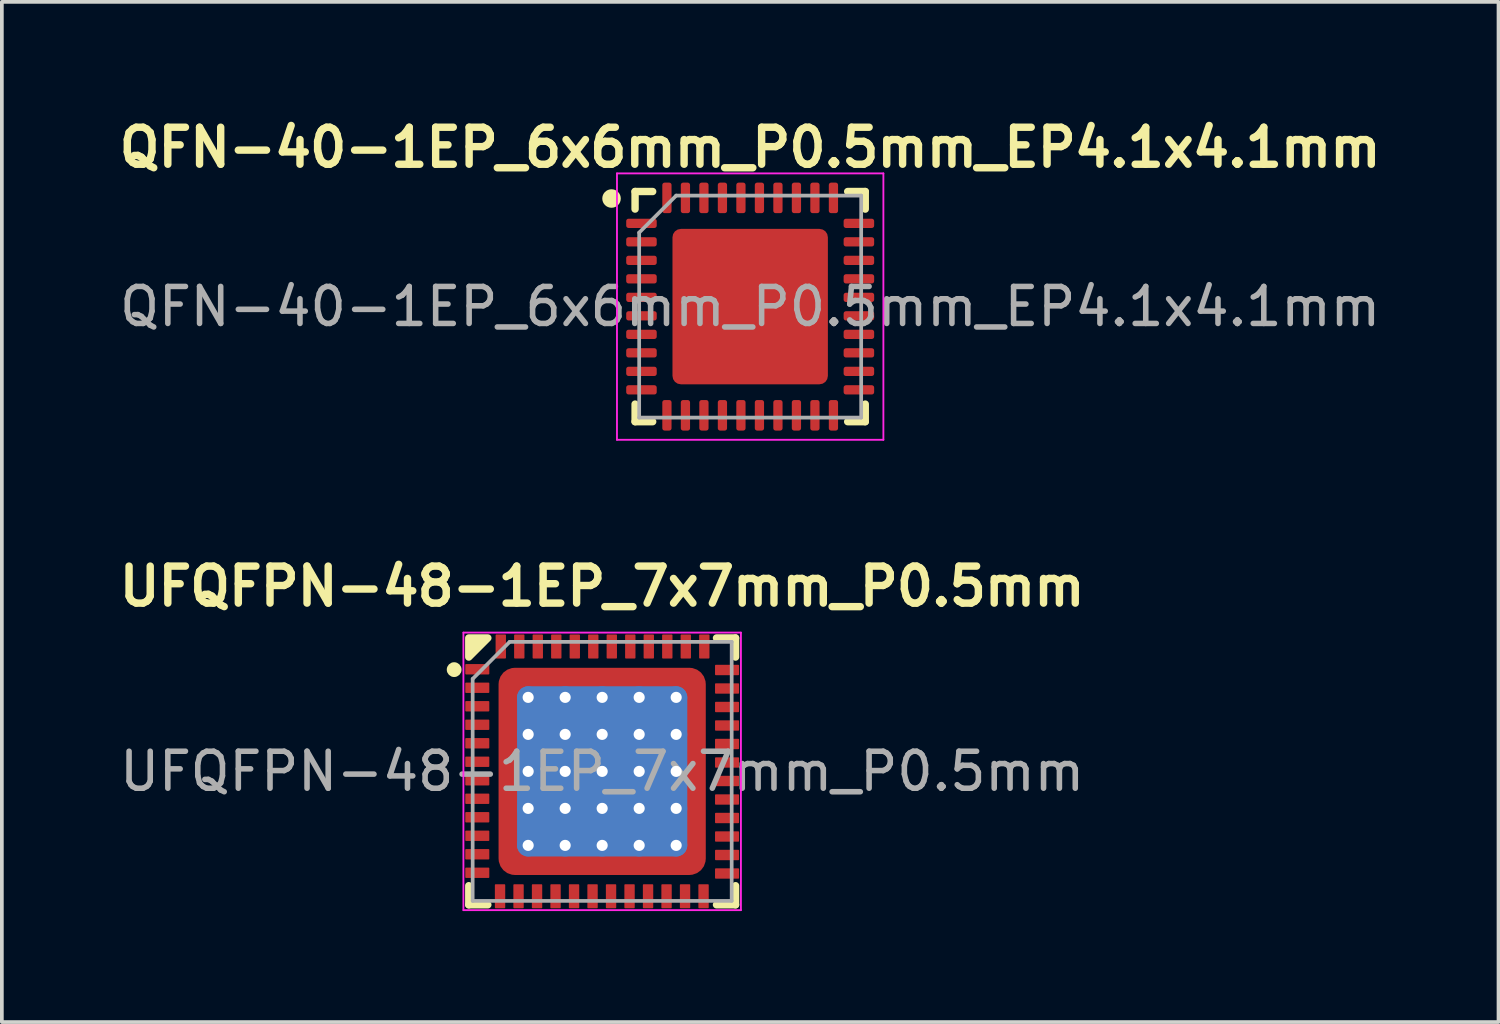
<source format=kicad_pcb>
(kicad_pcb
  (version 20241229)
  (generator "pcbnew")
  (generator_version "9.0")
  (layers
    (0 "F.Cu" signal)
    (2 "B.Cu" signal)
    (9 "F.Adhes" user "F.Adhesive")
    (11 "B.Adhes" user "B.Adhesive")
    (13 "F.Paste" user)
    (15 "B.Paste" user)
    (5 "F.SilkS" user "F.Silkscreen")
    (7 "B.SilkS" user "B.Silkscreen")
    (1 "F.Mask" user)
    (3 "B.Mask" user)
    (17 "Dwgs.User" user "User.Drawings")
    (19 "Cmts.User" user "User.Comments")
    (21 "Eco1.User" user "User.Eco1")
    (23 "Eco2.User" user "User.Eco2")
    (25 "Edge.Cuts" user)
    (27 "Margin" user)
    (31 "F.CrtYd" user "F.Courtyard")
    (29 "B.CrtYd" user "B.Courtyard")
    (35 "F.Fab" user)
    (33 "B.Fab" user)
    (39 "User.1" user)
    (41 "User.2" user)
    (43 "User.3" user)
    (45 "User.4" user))
  (footprint "UFQFPN-48-1EP_7x7mm_P0.5mm"
    (layer "F.Cu")
    (at 13.224 17.797)
    (property "Reference" "UFQFPN-48-1EP_7x7mm_P0.5mm" (at 0 -5 0) (layer "F.SilkS") (effects (font (size 1 1) (thickness 0.2))))
    (attr smd)
    (fp_line (start -3.605 3.09) (end -3.605 3.605) (stroke (width 0.2) (type solid)) (layer "F.SilkS"))
    (fp_line (start -3.605 3.605) (end -3.09 3.605) (stroke (width 0.2) (type solid)) (layer "F.SilkS"))
    (fp_line (start 3.09 -3.605) (end 3.605 -3.605) (stroke (width 0.2) (type solid)) (layer "F.SilkS"))
    (fp_line (start 3.09 3.605) (end 3.605 3.605) (stroke (width 0.2) (type solid)) (layer "F.SilkS"))
    (fp_line (start 3.605 -3.605) (end 3.605 -3.09) (stroke (width 0.2) (type solid)) (layer "F.SilkS"))
    (fp_line (start 3.605 3.605) (end 3.605 3.09) (stroke (width 0.2) (type solid)) (layer "F.SilkS"))
    (fp_circle (center -4 -2.75) (end -3.9 -2.75) (stroke (width 0.2) (type solid)) (fill no) (layer "F.SilkS"))
    (fp_poly (pts (xy -3.605 -3.09) (xy -3.605 -3.605) (xy -3.09 -3.605)) (stroke (width 0.2) (type solid)) (fill yes) (layer "F.SilkS"))
    (fp_line (start -3.75 -3.75) (end 3.75 -3.75) (stroke (width 0.05) (type solid)) (layer "F.CrtYd"))
    (fp_line (start -3.75 3.75) (end -3.75 -3.75) (stroke (width 0.05) (type solid)) (layer "F.CrtYd"))
    (fp_line (start 3.75 -3.75) (end 3.75 3.75) (stroke (width 0.05) (type solid)) (layer "F.CrtYd"))
    (fp_line (start 3.75 3.75) (end -3.75 3.75) (stroke (width 0.05) (type solid)) (layer "F.CrtYd"))
    (fp_line (start -3.5 -2.5) (end -2.5 -3.5) (stroke (width 0.1) (type solid)) (layer "F.Fab"))
    (fp_line (start -3.5 3.5) (end -3.5 -2.5) (stroke (width 0.1) (type solid)) (layer "F.Fab"))
    (fp_line (start -2.5 -3.5) (end 3.5 -3.5) (stroke (width 0.1) (type solid)) (layer "F.Fab"))
    (fp_line (start 3.5 -3.5) (end 3.5 3.5) (stroke (width 0.1) (type solid)) (layer "F.Fab"))
    (fp_line (start 3.5 3.5) (end -3.5 3.5) (stroke (width 0.1) (type solid)) (layer "F.Fab"))
    (fp_text user "${REFERENCE}" (at 0 0 0) (layer "F.Fab") (effects (font (size 1 1) (thickness 0.15))))
    (pad "" smd roundrect (at -1.4 -1.4) (size 2 2) (layers "F.Paste") (roundrect_rratio 0.1))
    (pad "" smd roundrect (at -1.4 1.4) (size 2 2) (layers "F.Paste") (roundrect_rratio 0.1))
    (pad "" smd roundrect (at 1.4 -1.4) (size 2 2) (layers "F.Paste") (roundrect_rratio 0.1))
    (pad "" smd roundrect (at 1.4 1.4) (size 2 2) (layers "F.Paste") (roundrect_rratio 0.1))
    (pad "1" smd roundrect (at -3.375 -2.76) (size 0.65 0.28) (layers "F.Cu" "F.Mask" "F.Paste") (roundrect_rratio 0.079))
    (pad "2" smd roundrect (at -3.375 -2.26) (size 0.65 0.28) (layers "F.Cu" "F.Mask" "F.Paste") (roundrect_rratio 0.079))
    (pad "3" smd roundrect (at -3.375 -1.76) (size 0.65 0.28) (layers "F.Cu" "F.Mask" "F.Paste") (roundrect_rratio 0.079))
    (pad "4" smd roundrect (at -3.375 -1.26) (size 0.65 0.28) (layers "F.Cu" "F.Mask" "F.Paste") (roundrect_rratio 0.079))
    (pad "5" smd roundrect (at -3.375 -0.76) (size 0.65 0.28) (layers "F.Cu" "F.Mask" "F.Paste") (roundrect_rratio 0.079))
    (pad "6" smd roundrect (at -3.375 -0.26) (size 0.65 0.28) (layers "F.Cu" "F.Mask" "F.Paste") (roundrect_rratio 0.079))
    (pad "7" smd roundrect (at -3.375 0.24) (size 0.65 0.28) (layers "F.Cu" "F.Mask" "F.Paste") (roundrect_rratio 0.079))
    (pad "8" smd roundrect (at -3.375 0.74) (size 0.65 0.28) (layers "F.Cu" "F.Mask" "F.Paste") (roundrect_rratio 0.079))
    (pad "9" smd roundrect (at -3.375 1.24) (size 0.65 0.28) (layers "F.Cu" "F.Mask" "F.Paste") (roundrect_rratio 0.079))
    (pad "10" smd roundrect (at -3.375 1.74) (size 0.65 0.28) (layers "F.Cu" "F.Mask" "F.Paste") (roundrect_rratio 0.079))
    (pad "11" smd roundrect (at -3.375 2.24) (size 0.65 0.28) (layers "F.Cu" "F.Mask" "F.Paste") (roundrect_rratio 0.079))
    (pad "12" smd roundrect (at -3.375 2.74) (size 0.65 0.28) (layers "F.Cu" "F.Mask" "F.Paste") (roundrect_rratio 0.079))
    (pad "13" smd roundrect (at -2.76 3.375 90) (size 0.65 0.28) (layers "F.Cu" "F.Mask" "F.Paste") (roundrect_rratio 0.079))
    (pad "14" smd roundrect (at -2.26 3.375 270) (size 0.65 0.28) (layers "F.Cu" "F.Mask" "F.Paste") (roundrect_rratio 0.079))
    (pad "15" smd roundrect (at -1.76 3.375 270) (size 0.65 0.28) (layers "F.Cu" "F.Mask" "F.Paste") (roundrect_rratio 0.079))
    (pad "16" smd roundrect (at -1.26 3.375 270) (size 0.65 0.28) (layers "F.Cu" "F.Mask" "F.Paste") (roundrect_rratio 0.079))
    (pad "17" smd roundrect (at -0.76 3.375 270) (size 0.65 0.28) (layers "F.Cu" "F.Mask" "F.Paste") (roundrect_rratio 0.079))
    (pad "18" smd roundrect (at -0.26 3.375 270) (size 0.65 0.28) (layers "F.Cu" "F.Mask" "F.Paste") (roundrect_rratio 0.079))
    (pad "19" smd roundrect (at 0.24 3.375 270) (size 0.65 0.28) (layers "F.Cu" "F.Mask" "F.Paste") (roundrect_rratio 0.079))
    (pad "20" smd roundrect (at 0.74 3.375 270) (size 0.65 0.28) (layers "F.Cu" "F.Mask" "F.Paste") (roundrect_rratio 0.079))
    (pad "21" smd roundrect (at 1.24 3.375 270) (size 0.65 0.28) (layers "F.Cu" "F.Mask" "F.Paste") (roundrect_rratio 0.079))
    (pad "22" smd roundrect (at 1.74 3.375 270) (size 0.65 0.28) (layers "F.Cu" "F.Mask" "F.Paste") (roundrect_rratio 0.079))
    (pad "23" smd roundrect (at 2.24 3.375 270) (size 0.65 0.28) (layers "F.Cu" "F.Mask" "F.Paste") (roundrect_rratio 0.079))
    (pad "24" smd roundrect (at 2.74 3.375 270) (size 0.65 0.28) (layers "F.Cu" "F.Mask" "F.Paste") (roundrect_rratio 0.079))
    (pad "25" smd roundrect (at 3.375 2.76 180) (size 0.65 0.28) (layers "F.Cu" "F.Mask" "F.Paste") (roundrect_rratio 0.079))
    (pad "26" smd roundrect (at 3.375 2.26) (size 0.65 0.28) (layers "F.Cu" "F.Mask" "F.Paste") (roundrect_rratio 0.079))
    (pad "27" smd roundrect (at 3.375 1.76) (size 0.65 0.28) (layers "F.Cu" "F.Mask" "F.Paste") (roundrect_rratio 0.079))
    (pad "28" smd roundrect (at 3.375 1.26) (size 0.65 0.28) (layers "F.Cu" "F.Mask" "F.Paste") (roundrect_rratio 0.079))
    (pad "29" smd roundrect (at 3.375 0.76) (size 0.65 0.28) (layers "F.Cu" "F.Mask" "F.Paste") (roundrect_rratio 0.079))
    (pad "30" smd roundrect (at 3.375 0.26) (size 0.65 0.28) (layers "F.Cu" "F.Mask" "F.Paste") (roundrect_rratio 0.079))
    (pad "31" smd roundrect (at 3.375 -0.24) (size 0.65 0.28) (layers "F.Cu" "F.Mask" "F.Paste") (roundrect_rratio 0.079))
    (pad "32" smd roundrect (at 3.375 -0.74) (size 0.65 0.28) (layers "F.Cu" "F.Mask" "F.Paste") (roundrect_rratio 0.079))
    (pad "33" smd roundrect (at 3.375 -1.24) (size 0.65 0.28) (layers "F.Cu" "F.Mask" "F.Paste") (roundrect_rratio 0.079))
    (pad "34" smd roundrect (at 3.375 -1.74) (size 0.65 0.28) (layers "F.Cu" "F.Mask" "F.Paste") (roundrect_rratio 0.079))
    (pad "35" smd roundrect (at 3.375 -2.24) (size 0.65 0.28) (layers "F.Cu" "F.Mask" "F.Paste") (roundrect_rratio 0.079))
    (pad "36" smd roundrect (at 3.375 -2.74) (size 0.65 0.28) (layers "F.Cu" "F.Mask" "F.Paste") (roundrect_rratio 0.079))
    (pad "37" smd roundrect (at 2.76 -3.375 90) (size 0.65 0.28) (layers "F.Cu" "F.Mask" "F.Paste") (roundrect_rratio 0.079))
    (pad "38" smd roundrect (at 2.26 -3.375 270) (size 0.65 0.28) (layers "F.Cu" "F.Mask" "F.Paste") (roundrect_rratio 0.079))
    (pad "39" smd roundrect (at 1.76 -3.375 270) (size 0.65 0.28) (layers "F.Cu" "F.Mask" "F.Paste") (roundrect_rratio 0.079))
    (pad "40" smd roundrect (at 1.26 -3.375 270) (size 0.65 0.28) (layers "F.Cu" "F.Mask" "F.Paste") (roundrect_rratio 0.079))
    (pad "41" smd roundrect (at 0.76 -3.375 270) (size 0.65 0.28) (layers "F.Cu" "F.Mask" "F.Paste") (roundrect_rratio 0.079))
    (pad "42" smd roundrect (at 0.26 -3.375 270) (size 0.65 0.28) (layers "F.Cu" "F.Mask" "F.Paste") (roundrect_rratio 0.079))
    (pad "43" smd roundrect (at -0.24 -3.375 270) (size 0.65 0.28) (layers "F.Cu" "F.Mask" "F.Paste") (roundrect_rratio 0.079))
    (pad "44" smd roundrect (at -0.74 -3.375 270) (size 0.65 0.28) (layers "F.Cu" "F.Mask" "F.Paste") (roundrect_rratio 0.079))
    (pad "45" smd roundrect (at -1.24 -3.375 270) (size 0.65 0.28) (layers "F.Cu" "F.Mask" "F.Paste") (roundrect_rratio 0.079))
    (pad "46" smd roundrect (at -1.74 -3.375 270) (size 0.65 0.28) (layers "F.Cu" "F.Mask" "F.Paste") (roundrect_rratio 0.079))
    (pad "47" smd roundrect (at -2.24 -3.375 270) (size 0.65 0.28) (layers "F.Cu" "F.Mask" "F.Paste") (roundrect_rratio 0.079))
    (pad "48" smd roundrect (at -2.74 -3.375 270) (size 0.65 0.28) (layers "F.Cu" "F.Mask" "F.Paste") (roundrect_rratio 0.079))
    (pad "49" thru_hole circle (at -2 -2) (size 0.6 0.6) (drill 0.3) (layers "*.Cu"))
    (pad "49" thru_hole circle (at -2 -1) (size 0.6 0.6) (drill 0.3) (layers "*.Cu"))
    (pad "49" thru_hole circle (at -2 0) (size 0.6 0.6) (drill 0.3) (layers "*.Cu"))
    (pad "49" thru_hole circle (at -2 1) (size 0.6 0.6) (drill 0.3) (layers "*.Cu"))
    (pad "49" thru_hole circle (at -2 2) (size 0.6 0.6) (drill 0.3) (layers "*.Cu"))
    (pad "49" thru_hole circle (at -1 -2) (size 0.6 0.6) (drill 0.3) (layers "*.Cu"))
    (pad "49" thru_hole circle (at -1 -1) (size 0.6 0.6) (drill 0.3) (layers "*.Cu"))
    (pad "49" thru_hole circle (at -1 0) (size 0.6 0.6) (drill 0.3) (layers "*.Cu"))
    (pad "49" thru_hole circle (at -1 1) (size 0.6 0.6) (drill 0.3) (layers "*.Cu"))
    (pad "49" thru_hole circle (at -1 2) (size 0.6 0.6) (drill 0.3) (layers "*.Cu"))
    (pad "49" thru_hole circle (at 0 -2) (size 0.6 0.6) (drill 0.3) (layers "*.Cu"))
    (pad "49" thru_hole circle (at 0 -1) (size 0.6 0.6) (drill 0.3) (layers "*.Cu"))
    (pad "49" thru_hole circle (at 0 0) (size 0.6 0.6) (drill 0.3) (layers "*.Cu"))
    (pad "49" smd roundrect (at 0 0) (size 4.6 4.6) (layers "B.Cu") (roundrect_rratio 0.065))
    (pad "49" smd roundrect (at 0 0) (size 5.6 5.6) (layers "F.Cu" "F.Mask") (roundrect_rratio 0.079))
    (pad "49" thru_hole circle (at 0 1) (size 0.6 0.6) (drill 0.3) (layers "*.Cu"))
    (pad "49" thru_hole circle (at 0 2) (size 0.6 0.6) (drill 0.3) (layers "*.Cu"))
    (pad "49" thru_hole circle (at 1 -2) (size 0.6 0.6) (drill 0.3) (layers "*.Cu"))
    (pad "49" thru_hole circle (at 1 -1) (size 0.6 0.6) (drill 0.3) (layers "*.Cu"))
    (pad "49" thru_hole circle (at 1 0) (size 0.6 0.6) (drill 0.3) (layers "*.Cu"))
    (pad "49" thru_hole circle (at 1 1) (size 0.6 0.6) (drill 0.3) (layers "*.Cu"))
    (pad "49" thru_hole circle (at 1 2) (size 0.6 0.6) (drill 0.3) (layers "*.Cu"))
    (pad "49" thru_hole circle (at 2 -2) (size 0.6 0.6) (drill 0.3) (layers "*.Cu"))
    (pad "49" thru_hole circle (at 2 -1) (size 0.6 0.6) (drill 0.3) (layers "*.Cu"))
    (pad "49" thru_hole circle (at 2 0) (size 0.6 0.6) (drill 0.3) (layers "*.Cu"))
    (pad "49" thru_hole circle (at 2 1) (size 0.6 0.6) (drill 0.3) (layers "*.Cu"))
    (pad "49" thru_hole circle (at 2 2) (size 0.6 0.6) (drill 0.3) (layers "*.Cu")))
  (footprint "QFN-40-1EP_6x6mm_P0.5mm_EP4.1x4.1mm"
    (layer "F.Cu")
    (at 17.224 5.236)
    (property "Reference" "QFN-40-1EP_6x6mm_P0.5mm_EP4.1x4.1mm" (at 0 -4.3 0) (layer "F.SilkS") (effects (font (size 1 1) (thickness 0.2))))
    (attr smd)
    (fp_line (start -3.111 -2.636) (end -3.111 -3.111) (stroke (width 0.2) (type solid)) (layer "F.SilkS"))
    (fp_line (start -3.11 3.11) (end -3.11 2.635) (stroke (width 0.2) (type solid)) (layer "F.SilkS"))
    (fp_line (start -2.635 -3.11) (end -3.11 -3.11) (stroke (width 0.2) (type solid)) (layer "F.SilkS"))
    (fp_line (start -2.635 3.11) (end -3.11 3.11) (stroke (width 0.2) (type solid)) (layer "F.SilkS"))
    (fp_line (start 2.635 -3.11) (end 3.11 -3.11) (stroke (width 0.2) (type solid)) (layer "F.SilkS"))
    (fp_line (start 2.635 3.11) (end 3.11 3.11) (stroke (width 0.2) (type solid)) (layer "F.SilkS"))
    (fp_line (start 3.11 -3.11) (end 3.11 -2.635) (stroke (width 0.2) (type solid)) (layer "F.SilkS"))
    (fp_line (start 3.11 3.11) (end 3.11 2.635) (stroke (width 0.2) (type solid)) (layer "F.SilkS"))
    (fp_circle (center -3.747 -2.921) (end -3.622 -2.921) (stroke (width 0.25) (type solid)) (fill no) (layer "F.SilkS"))
    (fp_line (start -3.6 -3.6) (end -3.6 3.6) (stroke (width 0.05) (type solid)) (layer "F.CrtYd"))
    (fp_line (start -3.6 3.6) (end 3.6 3.6) (stroke (width 0.05) (type solid)) (layer "F.CrtYd"))
    (fp_line (start 3.6 -3.6) (end -3.6 -3.6) (stroke (width 0.05) (type solid)) (layer "F.CrtYd"))
    (fp_line (start 3.6 3.6) (end 3.6 -3.6) (stroke (width 0.05) (type solid)) (layer "F.CrtYd"))
    (fp_line (start -3 -2) (end -2 -3) (stroke (width 0.1) (type solid)) (layer "F.Fab"))
    (fp_line (start -3 3) (end -3 -2) (stroke (width 0.1) (type solid)) (layer "F.Fab"))
    (fp_line (start -2 -3) (end 3 -3) (stroke (width 0.1) (type solid)) (layer "F.Fab"))
    (fp_line (start 3 -3) (end 3 3) (stroke (width 0.1) (type solid)) (layer "F.Fab"))
    (fp_line (start 3 3) (end -3 3) (stroke (width 0.1) (type solid)) (layer "F.Fab"))
    (fp_text user "${REFERENCE}" (at 0 0 0) (layer "F.Fab") (effects (font (size 1 1) (thickness 0.15))))
    (pad "" smd roundrect (at -1.651 -1.651) (size 0.85 0.85) (layers "F.Paste") (roundrect_rratio 0.25))
    (pad "" smd roundrect (at -1.651 -0.572) (size 0.85 0.85) (layers "F.Paste") (roundrect_rratio 0.25))
    (pad "" smd roundrect (at -1.651 0.572) (size 0.85 0.85) (layers "F.Paste") (roundrect_rratio 0.25))
    (pad "" smd roundrect (at -1.651 1.651) (size 0.85 0.85) (layers "F.Paste") (roundrect_rratio 0.25))
    (pad "" smd roundrect (at -0.572 -1.651) (size 0.85 0.85) (layers "F.Paste") (roundrect_rratio 0.25))
    (pad "" smd roundrect (at -0.572 -0.572) (size 0.85 0.85) (layers "F.Paste") (roundrect_rratio 0.25))
    (pad "" smd roundrect (at -0.572 0.572) (size 0.85 0.85) (layers "F.Paste") (roundrect_rratio 0.25))
    (pad "" smd roundrect (at -0.572 1.651) (size 0.85 0.85) (layers "F.Paste") (roundrect_rratio 0.25))
    (pad "" smd roundrect (at 0.572 -1.651) (size 0.85 0.85) (layers "F.Paste") (roundrect_rratio 0.25))
    (pad "" smd roundrect (at 0.572 -0.572) (size 0.85 0.85) (layers "F.Paste") (roundrect_rratio 0.25))
    (pad "" smd roundrect (at 0.572 0.572) (size 0.85 0.85) (layers "F.Paste") (roundrect_rratio 0.25))
    (pad "" smd roundrect (at 0.572 1.651) (size 0.85 0.85) (layers "F.Paste") (roundrect_rratio 0.25))
    (pad "" smd roundrect (at 1.651 -1.651) (size 0.85 0.85) (layers "F.Paste") (roundrect_rratio 0.25))
    (pad "" smd roundrect (at 1.651 -0.572) (size 0.85 0.85) (layers "F.Paste") (roundrect_rratio 0.25))
    (pad "" smd roundrect (at 1.651 0.572) (size 0.85 0.85) (layers "F.Paste") (roundrect_rratio 0.25))
    (pad "" smd roundrect (at 1.651 1.651) (size 0.85 0.85) (layers "F.Paste") (roundrect_rratio 0.25))
    (pad "1" smd roundrect (at -2.938 -2.25) (size 0.825 0.25) (layers "F.Cu" "F.Mask" "F.Paste") (roundrect_rratio 0.25))
    (pad "2" smd roundrect (at -2.938 -1.75) (size 0.825 0.25) (layers "F.Cu" "F.Mask" "F.Paste") (roundrect_rratio 0.25))
    (pad "3" smd roundrect (at -2.938 -1.25) (size 0.825 0.25) (layers "F.Cu" "F.Mask" "F.Paste") (roundrect_rratio 0.25))
    (pad "4" smd roundrect (at -2.938 -0.75) (size 0.825 0.25) (layers "F.Cu" "F.Mask" "F.Paste") (roundrect_rratio 0.25))
    (pad "5" smd roundrect (at -2.938 -0.25) (size 0.825 0.25) (layers "F.Cu" "F.Mask" "F.Paste") (roundrect_rratio 0.25))
    (pad "6" smd roundrect (at -2.938 0.25) (size 0.825 0.25) (layers "F.Cu" "F.Mask" "F.Paste") (roundrect_rratio 0.25))
    (pad "7" smd roundrect (at -2.938 0.75) (size 0.825 0.25) (layers "F.Cu" "F.Mask" "F.Paste") (roundrect_rratio 0.25))
    (pad "8" smd roundrect (at -2.938 1.25) (size 0.825 0.25) (layers "F.Cu" "F.Mask" "F.Paste") (roundrect_rratio 0.25))
    (pad "9" smd roundrect (at -2.938 1.75) (size 0.825 0.25) (layers "F.Cu" "F.Mask" "F.Paste") (roundrect_rratio 0.25))
    (pad "10" smd roundrect (at -2.938 2.25) (size 0.825 0.25) (layers "F.Cu" "F.Mask" "F.Paste") (roundrect_rratio 0.25))
    (pad "11" smd roundrect (at -2.25 2.938) (size 0.25 0.825) (layers "F.Cu" "F.Mask" "F.Paste") (roundrect_rratio 0.25))
    (pad "12" smd roundrect (at -1.75 2.938) (size 0.25 0.825) (layers "F.Cu" "F.Mask" "F.Paste") (roundrect_rratio 0.25))
    (pad "13" smd roundrect (at -1.25 2.938) (size 0.25 0.825) (layers "F.Cu" "F.Mask" "F.Paste") (roundrect_rratio 0.25))
    (pad "14" smd roundrect (at -0.75 2.938) (size 0.25 0.825) (layers "F.Cu" "F.Mask" "F.Paste") (roundrect_rratio 0.25))
    (pad "15" smd roundrect (at -0.25 2.938) (size 0.25 0.825) (layers "F.Cu" "F.Mask" "F.Paste") (roundrect_rratio 0.25))
    (pad "16" smd roundrect (at 0.25 2.938) (size 0.25 0.825) (layers "F.Cu" "F.Mask" "F.Paste") (roundrect_rratio 0.25))
    (pad "17" smd roundrect (at 0.75 2.938) (size 0.25 0.825) (layers "F.Cu" "F.Mask" "F.Paste") (roundrect_rratio 0.25))
    (pad "18" smd roundrect (at 1.25 2.938) (size 0.25 0.825) (layers "F.Cu" "F.Mask" "F.Paste") (roundrect_rratio 0.25))
    (pad "19" smd roundrect (at 1.75 2.938) (size 0.25 0.825) (layers "F.Cu" "F.Mask" "F.Paste") (roundrect_rratio 0.25))
    (pad "20" smd roundrect (at 2.25 2.938) (size 0.25 0.825) (layers "F.Cu" "F.Mask" "F.Paste") (roundrect_rratio 0.25))
    (pad "21" smd roundrect (at 2.938 2.25) (size 0.825 0.25) (layers "F.Cu" "F.Mask" "F.Paste") (roundrect_rratio 0.25))
    (pad "22" smd roundrect (at 2.938 1.75) (size 0.825 0.25) (layers "F.Cu" "F.Mask" "F.Paste") (roundrect_rratio 0.25))
    (pad "23" smd roundrect (at 2.938 1.25) (size 0.825 0.25) (layers "F.Cu" "F.Mask" "F.Paste") (roundrect_rratio 0.25))
    (pad "24" smd roundrect (at 2.938 0.75) (size 0.825 0.25) (layers "F.Cu" "F.Mask" "F.Paste") (roundrect_rratio 0.25))
    (pad "25" smd roundrect (at 2.938 0.25) (size 0.825 0.25) (layers "F.Cu" "F.Mask" "F.Paste") (roundrect_rratio 0.25))
    (pad "26" smd roundrect (at 2.938 -0.25) (size 0.825 0.25) (layers "F.Cu" "F.Mask" "F.Paste") (roundrect_rratio 0.25))
    (pad "27" smd roundrect (at 2.938 -0.75) (size 0.825 0.25) (layers "F.Cu" "F.Mask" "F.Paste") (roundrect_rratio 0.25))
    (pad "28" smd roundrect (at 2.938 -1.25) (size 0.825 0.25) (layers "F.Cu" "F.Mask" "F.Paste") (roundrect_rratio 0.25))
    (pad "29" smd roundrect (at 2.938 -1.75) (size 0.825 0.25) (layers "F.Cu" "F.Mask" "F.Paste") (roundrect_rratio 0.25))
    (pad "30" smd roundrect (at 2.938 -2.25) (size 0.825 0.25) (layers "F.Cu" "F.Mask" "F.Paste") (roundrect_rratio 0.25))
    (pad "31" smd roundrect (at 2.25 -2.938) (size 0.25 0.825) (layers "F.Cu" "F.Mask" "F.Paste") (roundrect_rratio 0.25))
    (pad "32" smd roundrect (at 1.75 -2.938) (size 0.25 0.825) (layers "F.Cu" "F.Mask" "F.Paste") (roundrect_rratio 0.25))
    (pad "33" smd roundrect (at 1.25 -2.938) (size 0.25 0.825) (layers "F.Cu" "F.Mask" "F.Paste") (roundrect_rratio 0.25))
    (pad "34" smd roundrect (at 0.75 -2.938) (size 0.25 0.825) (layers "F.Cu" "F.Mask" "F.Paste") (roundrect_rratio 0.25))
    (pad "35" smd roundrect (at 0.25 -2.938) (size 0.25 0.825) (layers "F.Cu" "F.Mask" "F.Paste") (roundrect_rratio 0.25))
    (pad "36" smd roundrect (at -0.25 -2.938) (size 0.25 0.825) (layers "F.Cu" "F.Mask" "F.Paste") (roundrect_rratio 0.25))
    (pad "37" smd roundrect (at -0.75 -2.938) (size 0.25 0.825) (layers "F.Cu" "F.Mask" "F.Paste") (roundrect_rratio 0.25))
    (pad "38" smd roundrect (at -1.25 -2.938) (size 0.25 0.825) (layers "F.Cu" "F.Mask" "F.Paste") (roundrect_rratio 0.25))
    (pad "39" smd roundrect (at -1.75 -2.938) (size 0.25 0.825) (layers "F.Cu" "F.Mask" "F.Paste") (roundrect_rratio 0.25))
    (pad "40" smd roundrect (at -2.25 -2.938) (size 0.25 0.825) (layers "F.Cu" "F.Mask" "F.Paste") (roundrect_rratio 0.25))
    (pad "41" smd roundrect (at 0 0) (size 4.2 4.2) (layers "F.Cu" "F.Mask") (roundrect_rratio 0.054)))
  (gr_rect
    (start -3 -3)
    (end 37.448 24.572)
    (stroke (width 0.1) (type default))
    (fill no)
    (layer "Edge.Cuts")))
</source>
